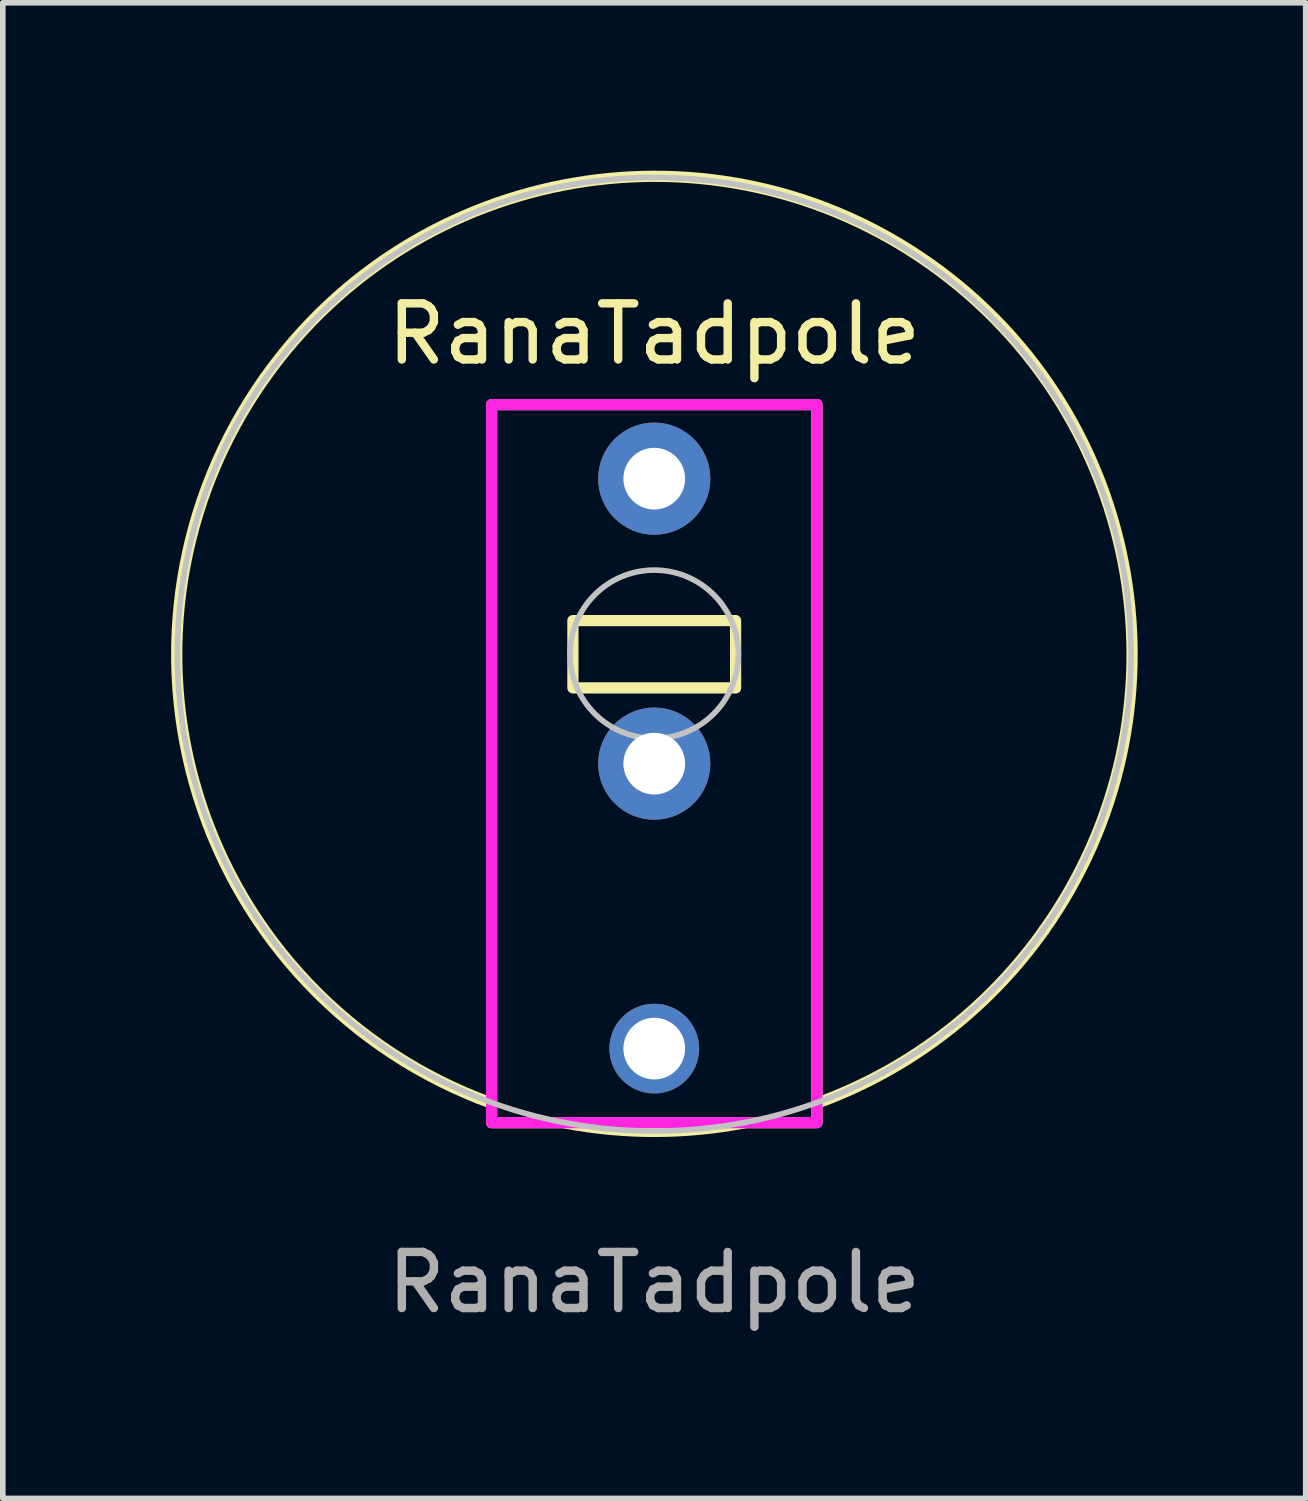
<source format=kicad_pcb>
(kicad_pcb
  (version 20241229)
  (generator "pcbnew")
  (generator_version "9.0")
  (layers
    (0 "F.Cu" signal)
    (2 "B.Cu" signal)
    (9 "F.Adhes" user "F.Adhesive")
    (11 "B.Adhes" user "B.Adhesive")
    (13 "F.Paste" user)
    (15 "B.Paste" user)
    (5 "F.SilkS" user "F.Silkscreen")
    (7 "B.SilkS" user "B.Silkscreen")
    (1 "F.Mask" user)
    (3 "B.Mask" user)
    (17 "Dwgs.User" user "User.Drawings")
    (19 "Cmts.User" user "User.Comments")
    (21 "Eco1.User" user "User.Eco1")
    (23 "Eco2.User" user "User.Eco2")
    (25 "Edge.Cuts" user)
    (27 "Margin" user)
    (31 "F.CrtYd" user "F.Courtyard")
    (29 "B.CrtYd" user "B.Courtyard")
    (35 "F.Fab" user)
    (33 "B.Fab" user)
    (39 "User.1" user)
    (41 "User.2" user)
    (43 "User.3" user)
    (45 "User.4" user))
  (footprint "RanaTadpole"
    (layer "F.Cu")
    (at 8.613 8.613)
    (property "Reference" "RanaTadpole" (at 0 -5.71 0) (unlocked yes) (layer "F.SilkS") (effects (font (size 1 1) (thickness 0.15))))
    (attr through_hole)
    (fp_rect (start -2.9 -4.45) (end 2.9 8.35) (stroke (width 0.2) (type solid)) (fill no) (layer "F.SilkS"))
    (fp_rect (start -1.45 -0.6) (end 1.45 0.6) (stroke (width 0.2) (type solid)) (fill no) (layer "F.SilkS"))
    (fp_arc (start -6.939999 -4.93) (mid 4.923343 -6.944723) (end 6.94944 4.916682) (stroke (width 0.2) (type solid)) (layer "F.SilkS"))
    (fp_arc (start -2.913225 7.998852) (mid -8.127749 2.531441) (end -6.939999 -4.93) (stroke (width 0.2) (type solid)) (layer "F.SilkS"))
    (fp_arc (start 1.600888 8.354612) (mid 0.015697 8.506391) (end -1.57 8.359999) (stroke (width 0.2) (type solid)) (layer "F.SilkS"))
    (fp_arc (start 6.949441 4.916682) (mid 5.179086 6.756141) (end 2.942932 7.987961) (stroke (width 0.2) (type solid)) (layer "F.SilkS"))
    (fp_circle (center 0 0) (end 1.5 0) (stroke (width 0.1) (type solid)) (fill no) (layer "Dwgs.User"))
    (fp_circle (center 0 0) (end 8.5 0) (stroke (width 0.1) (type solid)) (fill no) (layer "Dwgs.User"))
    (fp_rect (start -2.9 -4.45) (end 2.9 8.35) (stroke (width 0.2) (type solid)) (fill no) (layer "F.CrtYd"))
    (fp_text user "${REFERENCE}" (at 0 11.2 0) (unlocked yes) (layer "F.Fab") (effects (font (size 1 1) (thickness 0.15))))
    (pad "1" thru_hole circle (at 0 -3.13) (size 2 2) (drill 1.1) (layers "*.Cu" "B.Mask"))
    (pad "2" thru_hole circle (at 0 1.95) (size 2 2) (drill 1.1) (layers "*.Cu" "B.Mask"))
    (pad "3" thru_hole circle (at 0 7.03) (size 1.6 1.6) (drill 1.1) (layers "*.Cu" "B.Mask")))
  (gr_rect
    (start -3 -3)
    (end 20.226 23.661)
    (stroke (width 0.1) (type default))
    (fill no)
    (layer "Edge.Cuts")))
</source>
